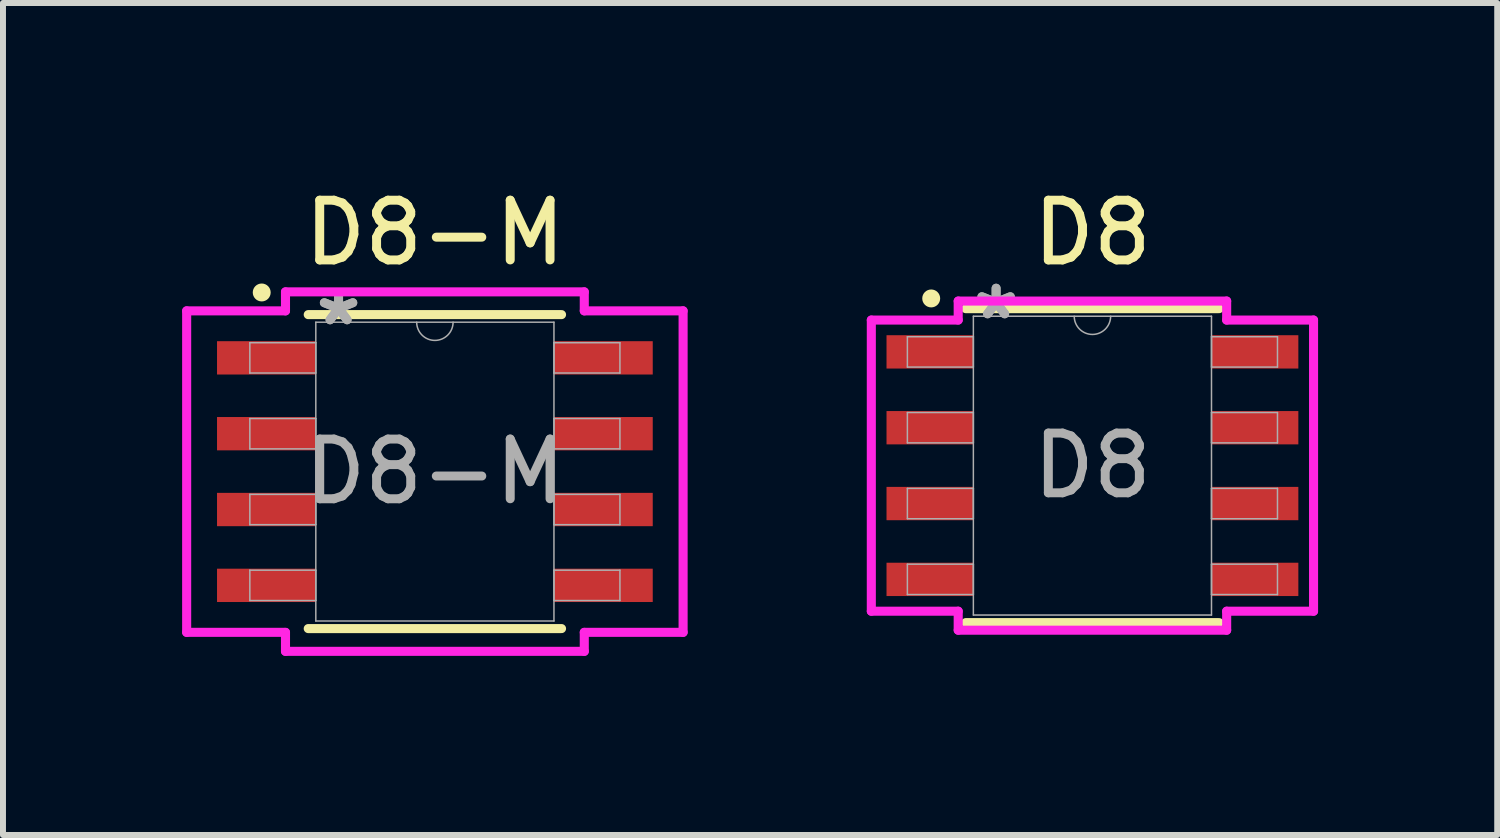
<source format=kicad_pcb>
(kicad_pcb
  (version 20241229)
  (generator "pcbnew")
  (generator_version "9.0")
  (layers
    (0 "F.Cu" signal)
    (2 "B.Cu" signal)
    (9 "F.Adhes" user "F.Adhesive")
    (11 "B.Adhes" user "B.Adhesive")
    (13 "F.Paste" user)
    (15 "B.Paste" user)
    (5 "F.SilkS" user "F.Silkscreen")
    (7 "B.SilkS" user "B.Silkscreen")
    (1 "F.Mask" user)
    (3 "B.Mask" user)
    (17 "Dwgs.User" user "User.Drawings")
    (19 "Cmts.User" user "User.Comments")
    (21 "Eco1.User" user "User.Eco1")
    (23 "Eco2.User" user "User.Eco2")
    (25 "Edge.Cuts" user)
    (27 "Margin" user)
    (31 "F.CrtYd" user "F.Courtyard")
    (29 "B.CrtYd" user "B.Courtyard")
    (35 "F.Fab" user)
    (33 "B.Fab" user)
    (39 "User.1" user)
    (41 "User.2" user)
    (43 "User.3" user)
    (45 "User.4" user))
  (footprint "D8"
    (layer "F.Cu")
    (at 15.245 4.748)
    (property "Reference" "D8" (at 0 -3.9 0) (unlocked yes) (layer "F.SilkS") (effects (font (size 1 1) (thickness 0.15))))
    (attr smd)
    (fp_line (start -2.121 2.629) (end 2.121 2.629) (stroke (width 0.152) (type solid)) (layer "F.SilkS"))
    (fp_line (start 2.121 -2.629) (end -2.121 -2.629) (stroke (width 0.152) (type solid)) (layer "F.SilkS"))
    (fp_circle (center -2.7 -2.8) (end -2.6 -2.8) (stroke (width 0.1) (type solid)) (fill yes) (layer "F.SilkS"))
    (fp_line (start -3.703 -2.438) (end -2.248 -2.438) (stroke (width 0.152) (type solid)) (layer "F.CrtYd"))
    (fp_line (start -3.703 2.438) (end -3.703 -2.438) (stroke (width 0.152) (type solid)) (layer "F.CrtYd"))
    (fp_line (start -3.703 2.438) (end -2.248 2.438) (stroke (width 0.152) (type solid)) (layer "F.CrtYd"))
    (fp_line (start -2.248 -2.756) (end 2.248 -2.756) (stroke (width 0.152) (type solid)) (layer "F.CrtYd"))
    (fp_line (start -2.248 -2.438) (end -2.248 -2.756) (stroke (width 0.152) (type solid)) (layer "F.CrtYd"))
    (fp_line (start -2.248 2.756) (end -2.248 2.438) (stroke (width 0.152) (type solid)) (layer "F.CrtYd"))
    (fp_line (start 2.248 -2.756) (end 2.248 -2.438) (stroke (width 0.152) (type solid)) (layer "F.CrtYd"))
    (fp_line (start 2.248 2.438) (end 2.248 2.756) (stroke (width 0.152) (type solid)) (layer "F.CrtYd"))
    (fp_line (start 2.248 2.756) (end -2.248 2.756) (stroke (width 0.152) (type solid)) (layer "F.CrtYd"))
    (fp_line (start 3.703 -2.438) (end 2.248 -2.438) (stroke (width 0.152) (type solid)) (layer "F.CrtYd"))
    (fp_line (start 3.703 -2.438) (end 3.703 2.438) (stroke (width 0.152) (type solid)) (layer "F.CrtYd"))
    (fp_line (start 3.703 2.438) (end 2.248 2.438) (stroke (width 0.152) (type solid)) (layer "F.CrtYd"))
    (fp_line (start -3.099 -2.159) (end -3.099 -1.651) (stroke (width 0.025) (type solid)) (layer "F.Fab"))
    (fp_line (start -3.099 -1.651) (end -1.994 -1.651) (stroke (width 0.025) (type solid)) (layer "F.Fab"))
    (fp_line (start -3.099 -0.889) (end -3.099 -0.381) (stroke (width 0.025) (type solid)) (layer "F.Fab"))
    (fp_line (start -3.099 -0.381) (end -1.994 -0.381) (stroke (width 0.025) (type solid)) (layer "F.Fab"))
    (fp_line (start -3.099 0.381) (end -3.099 0.889) (stroke (width 0.025) (type solid)) (layer "F.Fab"))
    (fp_line (start -3.099 0.889) (end -1.994 0.889) (stroke (width 0.025) (type solid)) (layer "F.Fab"))
    (fp_line (start -3.099 1.651) (end -3.099 2.159) (stroke (width 0.025) (type solid)) (layer "F.Fab"))
    (fp_line (start -3.099 2.159) (end -1.994 2.159) (stroke (width 0.025) (type solid)) (layer "F.Fab"))
    (fp_line (start -1.994 -2.502) (end -1.994 2.502) (stroke (width 0.025) (type solid)) (layer "F.Fab"))
    (fp_line (start -1.994 -2.159) (end -3.099 -2.159) (stroke (width 0.025) (type solid)) (layer "F.Fab"))
    (fp_line (start -1.994 -1.651) (end -1.994 -2.159) (stroke (width 0.025) (type solid)) (layer "F.Fab"))
    (fp_line (start -1.994 -0.889) (end -3.099 -0.889) (stroke (width 0.025) (type solid)) (layer "F.Fab"))
    (fp_line (start -1.994 -0.381) (end -1.994 -0.889) (stroke (width 0.025) (type solid)) (layer "F.Fab"))
    (fp_line (start -1.994 0.381) (end -3.099 0.381) (stroke (width 0.025) (type solid)) (layer "F.Fab"))
    (fp_line (start -1.994 0.889) (end -1.994 0.381) (stroke (width 0.025) (type solid)) (layer "F.Fab"))
    (fp_line (start -1.994 1.651) (end -3.099 1.651) (stroke (width 0.025) (type solid)) (layer "F.Fab"))
    (fp_line (start -1.994 2.159) (end -1.994 1.651) (stroke (width 0.025) (type solid)) (layer "F.Fab"))
    (fp_line (start -1.994 2.502) (end 1.994 2.502) (stroke (width 0.025) (type solid)) (layer "F.Fab"))
    (fp_line (start 1.994 -2.502) (end -1.994 -2.502) (stroke (width 0.025) (type solid)) (layer "F.Fab"))
    (fp_line (start 1.994 -2.159) (end 1.994 -1.651) (stroke (width 0.025) (type solid)) (layer "F.Fab"))
    (fp_line (start 1.994 -1.651) (end 3.099 -1.651) (stroke (width 0.025) (type solid)) (layer "F.Fab"))
    (fp_line (start 1.994 -0.889) (end 1.994 -0.381) (stroke (width 0.025) (type solid)) (layer "F.Fab"))
    (fp_line (start 1.994 -0.381) (end 3.099 -0.381) (stroke (width 0.025) (type solid)) (layer "F.Fab"))
    (fp_line (start 1.994 0.381) (end 1.994 0.889) (stroke (width 0.025) (type solid)) (layer "F.Fab"))
    (fp_line (start 1.994 0.889) (end 3.099 0.889) (stroke (width 0.025) (type solid)) (layer "F.Fab"))
    (fp_line (start 1.994 1.651) (end 1.994 2.159) (stroke (width 0.025) (type solid)) (layer "F.Fab"))
    (fp_line (start 1.994 2.159) (end 3.099 2.159) (stroke (width 0.025) (type solid)) (layer "F.Fab"))
    (fp_line (start 1.994 2.502) (end 1.994 -2.502) (stroke (width 0.025) (type solid)) (layer "F.Fab"))
    (fp_line (start 3.099 -2.159) (end 1.994 -2.159) (stroke (width 0.025) (type solid)) (layer "F.Fab"))
    (fp_line (start 3.099 -1.651) (end 3.099 -2.159) (stroke (width 0.025) (type solid)) (layer "F.Fab"))
    (fp_line (start 3.099 -0.889) (end 1.994 -0.889) (stroke (width 0.025) (type solid)) (layer "F.Fab"))
    (fp_line (start 3.099 -0.381) (end 3.099 -0.889) (stroke (width 0.025) (type solid)) (layer "F.Fab"))
    (fp_line (start 3.099 0.381) (end 1.994 0.381) (stroke (width 0.025) (type solid)) (layer "F.Fab"))
    (fp_line (start 3.099 0.889) (end 3.099 0.381) (stroke (width 0.025) (type solid)) (layer "F.Fab"))
    (fp_line (start 3.099 1.651) (end 1.994 1.651) (stroke (width 0.025) (type solid)) (layer "F.Fab"))
    (fp_line (start 3.099 2.159) (end 3.099 1.651) (stroke (width 0.025) (type solid)) (layer "F.Fab"))
    (fp_arc (start 0.3048 -2.5019) (mid 0 -2.1971) (end -0.3048 -2.5019) (stroke (width 0.0254) (type solid)) (layer "F.Fab"))
    (fp_text user "*" (at -1.613 -2.426 0) (unlocked yes) (layer "F.Fab") (effects (font (size 1 1) (thickness 0.15))))
    (fp_text user "*" (at -1.613 -2.426 0) (layer "F.Fab") (effects (font (size 1 1) (thickness 0.15))))
    (fp_text user "${REFERENCE}" (at 0 0 0) (unlocked yes) (layer "F.Fab") (effects (font (size 1 1) (thickness 0.15))))
    (pad "1" smd rect (at -2.721 -1.905) (size 1.455 0.558) (layers "F.Cu" "F.Mask" "F.Paste"))
    (pad "2" smd rect (at -2.721 -0.635) (size 1.455 0.558) (layers "F.Cu" "F.Mask" "F.Paste"))
    (pad "3" smd rect (at -2.721 0.635) (size 1.455 0.558) (layers "F.Cu" "F.Mask" "F.Paste"))
    (pad "4" smd rect (at -2.721 1.905) (size 1.455 0.558) (layers "F.Cu" "F.Mask" "F.Paste"))
    (pad "5" smd rect (at 2.721 1.905) (size 1.455 0.558) (layers "F.Cu" "F.Mask" "F.Paste"))
    (pad "6" smd rect (at 2.721 0.635) (size 1.455 0.558) (layers "F.Cu" "F.Mask" "F.Paste"))
    (pad "7" smd rect (at 2.721 -0.635) (size 1.455 0.558) (layers "F.Cu" "F.Mask" "F.Paste"))
    (pad "8" smd rect (at 2.721 -1.905) (size 1.455 0.558) (layers "F.Cu" "F.Mask" "F.Paste")))
  (footprint "D8-M"
    (layer "F.Cu")
    (at 4.233 4.848)
    (property "Reference" "D8-M" (at 0 -4 0) (unlocked yes) (layer "F.SilkS") (effects (font (size 1 1) (thickness 0.15))))
    (attr smd)
    (fp_line (start -2.121 2.629) (end 2.121 2.629) (stroke (width 0.152) (type solid)) (layer "F.SilkS"))
    (fp_line (start 2.121 -2.629) (end -2.121 -2.629) (stroke (width 0.152) (type solid)) (layer "F.SilkS"))
    (fp_circle (center -2.9 -3) (end -2.8 -3) (stroke (width 0.1) (type solid)) (fill yes) (layer "F.SilkS"))
    (fp_line (start -4.157 -2.692) (end -2.502 -2.692) (stroke (width 0.152) (type solid)) (layer "F.CrtYd"))
    (fp_line (start -4.157 2.692) (end -4.157 -2.692) (stroke (width 0.152) (type solid)) (layer "F.CrtYd"))
    (fp_line (start -4.157 2.692) (end -2.502 2.692) (stroke (width 0.152) (type solid)) (layer "F.CrtYd"))
    (fp_line (start -2.502 -3.01) (end 2.502 -3.01) (stroke (width 0.152) (type solid)) (layer "F.CrtYd"))
    (fp_line (start -2.502 -2.692) (end -2.502 -3.01) (stroke (width 0.152) (type solid)) (layer "F.CrtYd"))
    (fp_line (start -2.502 3.01) (end -2.502 2.692) (stroke (width 0.152) (type solid)) (layer "F.CrtYd"))
    (fp_line (start 2.502 -3.01) (end 2.502 -2.692) (stroke (width 0.152) (type solid)) (layer "F.CrtYd"))
    (fp_line (start 2.502 2.692) (end 2.502 3.01) (stroke (width 0.152) (type solid)) (layer "F.CrtYd"))
    (fp_line (start 2.502 3.01) (end -2.502 3.01) (stroke (width 0.152) (type solid)) (layer "F.CrtYd"))
    (fp_line (start 4.157 -2.692) (end 2.502 -2.692) (stroke (width 0.152) (type solid)) (layer "F.CrtYd"))
    (fp_line (start 4.157 -2.692) (end 4.157 2.692) (stroke (width 0.152) (type solid)) (layer "F.CrtYd"))
    (fp_line (start 4.157 2.692) (end 2.502 2.692) (stroke (width 0.152) (type solid)) (layer "F.CrtYd"))
    (fp_line (start -3.099 -2.159) (end -3.099 -1.651) (stroke (width 0.025) (type solid)) (layer "F.Fab"))
    (fp_line (start -3.099 -1.651) (end -1.994 -1.651) (stroke (width 0.025) (type solid)) (layer "F.Fab"))
    (fp_line (start -3.099 -0.889) (end -3.099 -0.381) (stroke (width 0.025) (type solid)) (layer "F.Fab"))
    (fp_line (start -3.099 -0.381) (end -1.994 -0.381) (stroke (width 0.025) (type solid)) (layer "F.Fab"))
    (fp_line (start -3.099 0.381) (end -3.099 0.889) (stroke (width 0.025) (type solid)) (layer "F.Fab"))
    (fp_line (start -3.099 0.889) (end -1.994 0.889) (stroke (width 0.025) (type solid)) (layer "F.Fab"))
    (fp_line (start -3.099 1.651) (end -3.099 2.159) (stroke (width 0.025) (type solid)) (layer "F.Fab"))
    (fp_line (start -3.099 2.159) (end -1.994 2.159) (stroke (width 0.025) (type solid)) (layer "F.Fab"))
    (fp_line (start -1.994 -2.502) (end -1.994 2.502) (stroke (width 0.025) (type solid)) (layer "F.Fab"))
    (fp_line (start -1.994 -2.159) (end -3.099 -2.159) (stroke (width 0.025) (type solid)) (layer "F.Fab"))
    (fp_line (start -1.994 -1.651) (end -1.994 -2.159) (stroke (width 0.025) (type solid)) (layer "F.Fab"))
    (fp_line (start -1.994 -0.889) (end -3.099 -0.889) (stroke (width 0.025) (type solid)) (layer "F.Fab"))
    (fp_line (start -1.994 -0.381) (end -1.994 -0.889) (stroke (width 0.025) (type solid)) (layer "F.Fab"))
    (fp_line (start -1.994 0.381) (end -3.099 0.381) (stroke (width 0.025) (type solid)) (layer "F.Fab"))
    (fp_line (start -1.994 0.889) (end -1.994 0.381) (stroke (width 0.025) (type solid)) (layer "F.Fab"))
    (fp_line (start -1.994 1.651) (end -3.099 1.651) (stroke (width 0.025) (type solid)) (layer "F.Fab"))
    (fp_line (start -1.994 2.159) (end -1.994 1.651) (stroke (width 0.025) (type solid)) (layer "F.Fab"))
    (fp_line (start -1.994 2.502) (end 1.994 2.502) (stroke (width 0.025) (type solid)) (layer "F.Fab"))
    (fp_line (start 1.994 -2.502) (end -1.994 -2.502) (stroke (width 0.025) (type solid)) (layer "F.Fab"))
    (fp_line (start 1.994 -2.159) (end 1.994 -1.651) (stroke (width 0.025) (type solid)) (layer "F.Fab"))
    (fp_line (start 1.994 -1.651) (end 3.099 -1.651) (stroke (width 0.025) (type solid)) (layer "F.Fab"))
    (fp_line (start 1.994 -0.889) (end 1.994 -0.381) (stroke (width 0.025) (type solid)) (layer "F.Fab"))
    (fp_line (start 1.994 -0.381) (end 3.099 -0.381) (stroke (width 0.025) (type solid)) (layer "F.Fab"))
    (fp_line (start 1.994 0.381) (end 1.994 0.889) (stroke (width 0.025) (type solid)) (layer "F.Fab"))
    (fp_line (start 1.994 0.889) (end 3.099 0.889) (stroke (width 0.025) (type solid)) (layer "F.Fab"))
    (fp_line (start 1.994 1.651) (end 1.994 2.159) (stroke (width 0.025) (type solid)) (layer "F.Fab"))
    (fp_line (start 1.994 2.159) (end 3.099 2.159) (stroke (width 0.025) (type solid)) (layer "F.Fab"))
    (fp_line (start 1.994 2.502) (end 1.994 -2.502) (stroke (width 0.025) (type solid)) (layer "F.Fab"))
    (fp_line (start 3.099 -2.159) (end 1.994 -2.159) (stroke (width 0.025) (type solid)) (layer "F.Fab"))
    (fp_line (start 3.099 -1.651) (end 3.099 -2.159) (stroke (width 0.025) (type solid)) (layer "F.Fab"))
    (fp_line (start 3.099 -0.889) (end 1.994 -0.889) (stroke (width 0.025) (type solid)) (layer "F.Fab"))
    (fp_line (start 3.099 -0.381) (end 3.099 -0.889) (stroke (width 0.025) (type solid)) (layer "F.Fab"))
    (fp_line (start 3.099 0.381) (end 1.994 0.381) (stroke (width 0.025) (type solid)) (layer "F.Fab"))
    (fp_line (start 3.099 0.889) (end 3.099 0.381) (stroke (width 0.025) (type solid)) (layer "F.Fab"))
    (fp_line (start 3.099 1.651) (end 1.994 1.651) (stroke (width 0.025) (type solid)) (layer "F.Fab"))
    (fp_line (start 3.099 2.159) (end 3.099 1.651) (stroke (width 0.025) (type solid)) (layer "F.Fab"))
    (fp_arc (start 0.3048 -2.5019) (mid 0 -2.1971) (end -0.3048 -2.5019) (stroke (width 0.0254) (type solid)) (layer "F.Fab"))
    (fp_text user "*" (at -1.613 -2.426 0) (unlocked yes) (layer "F.Fab") (effects (font (size 1 1) (thickness 0.15))))
    (fp_text user "${REFERENCE}" (at 0 0 0) (unlocked yes) (layer "F.Fab") (effects (font (size 1 1) (thickness 0.15))))
    (fp_text user "*" (at -1.613 -2.426 0) (layer "F.Fab") (effects (font (size 1 1) (thickness 0.15))))
    (pad "1" smd rect (at -2.821 -1.905) (size 1.655 0.558) (layers "F.Cu" "F.Mask" "F.Paste"))
    (pad "2" smd rect (at -2.821 -0.635) (size 1.655 0.558) (layers "F.Cu" "F.Mask" "F.Paste"))
    (pad "3" smd rect (at -2.821 0.635) (size 1.655 0.558) (layers "F.Cu" "F.Mask" "F.Paste"))
    (pad "4" smd rect (at -2.821 1.905) (size 1.655 0.558) (layers "F.Cu" "F.Mask" "F.Paste"))
    (pad "5" smd rect (at 2.821 1.905) (size 1.655 0.558) (layers "F.Cu" "F.Mask" "F.Paste"))
    (pad "6" smd rect (at 2.821 0.635) (size 1.655 0.558) (layers "F.Cu" "F.Mask" "F.Paste"))
    (pad "7" smd rect (at 2.821 -0.635) (size 1.655 0.558) (layers "F.Cu" "F.Mask" "F.Paste"))
    (pad "8" smd rect (at 2.821 -1.905) (size 1.655 0.558) (layers "F.Cu" "F.Mask" "F.Paste")))
  (gr_rect
    (start -3 -3)
    (end 22.024 10.934)
    (stroke (width 0.1) (type default))
    (fill no)
    (layer "Edge.Cuts")))
</source>
